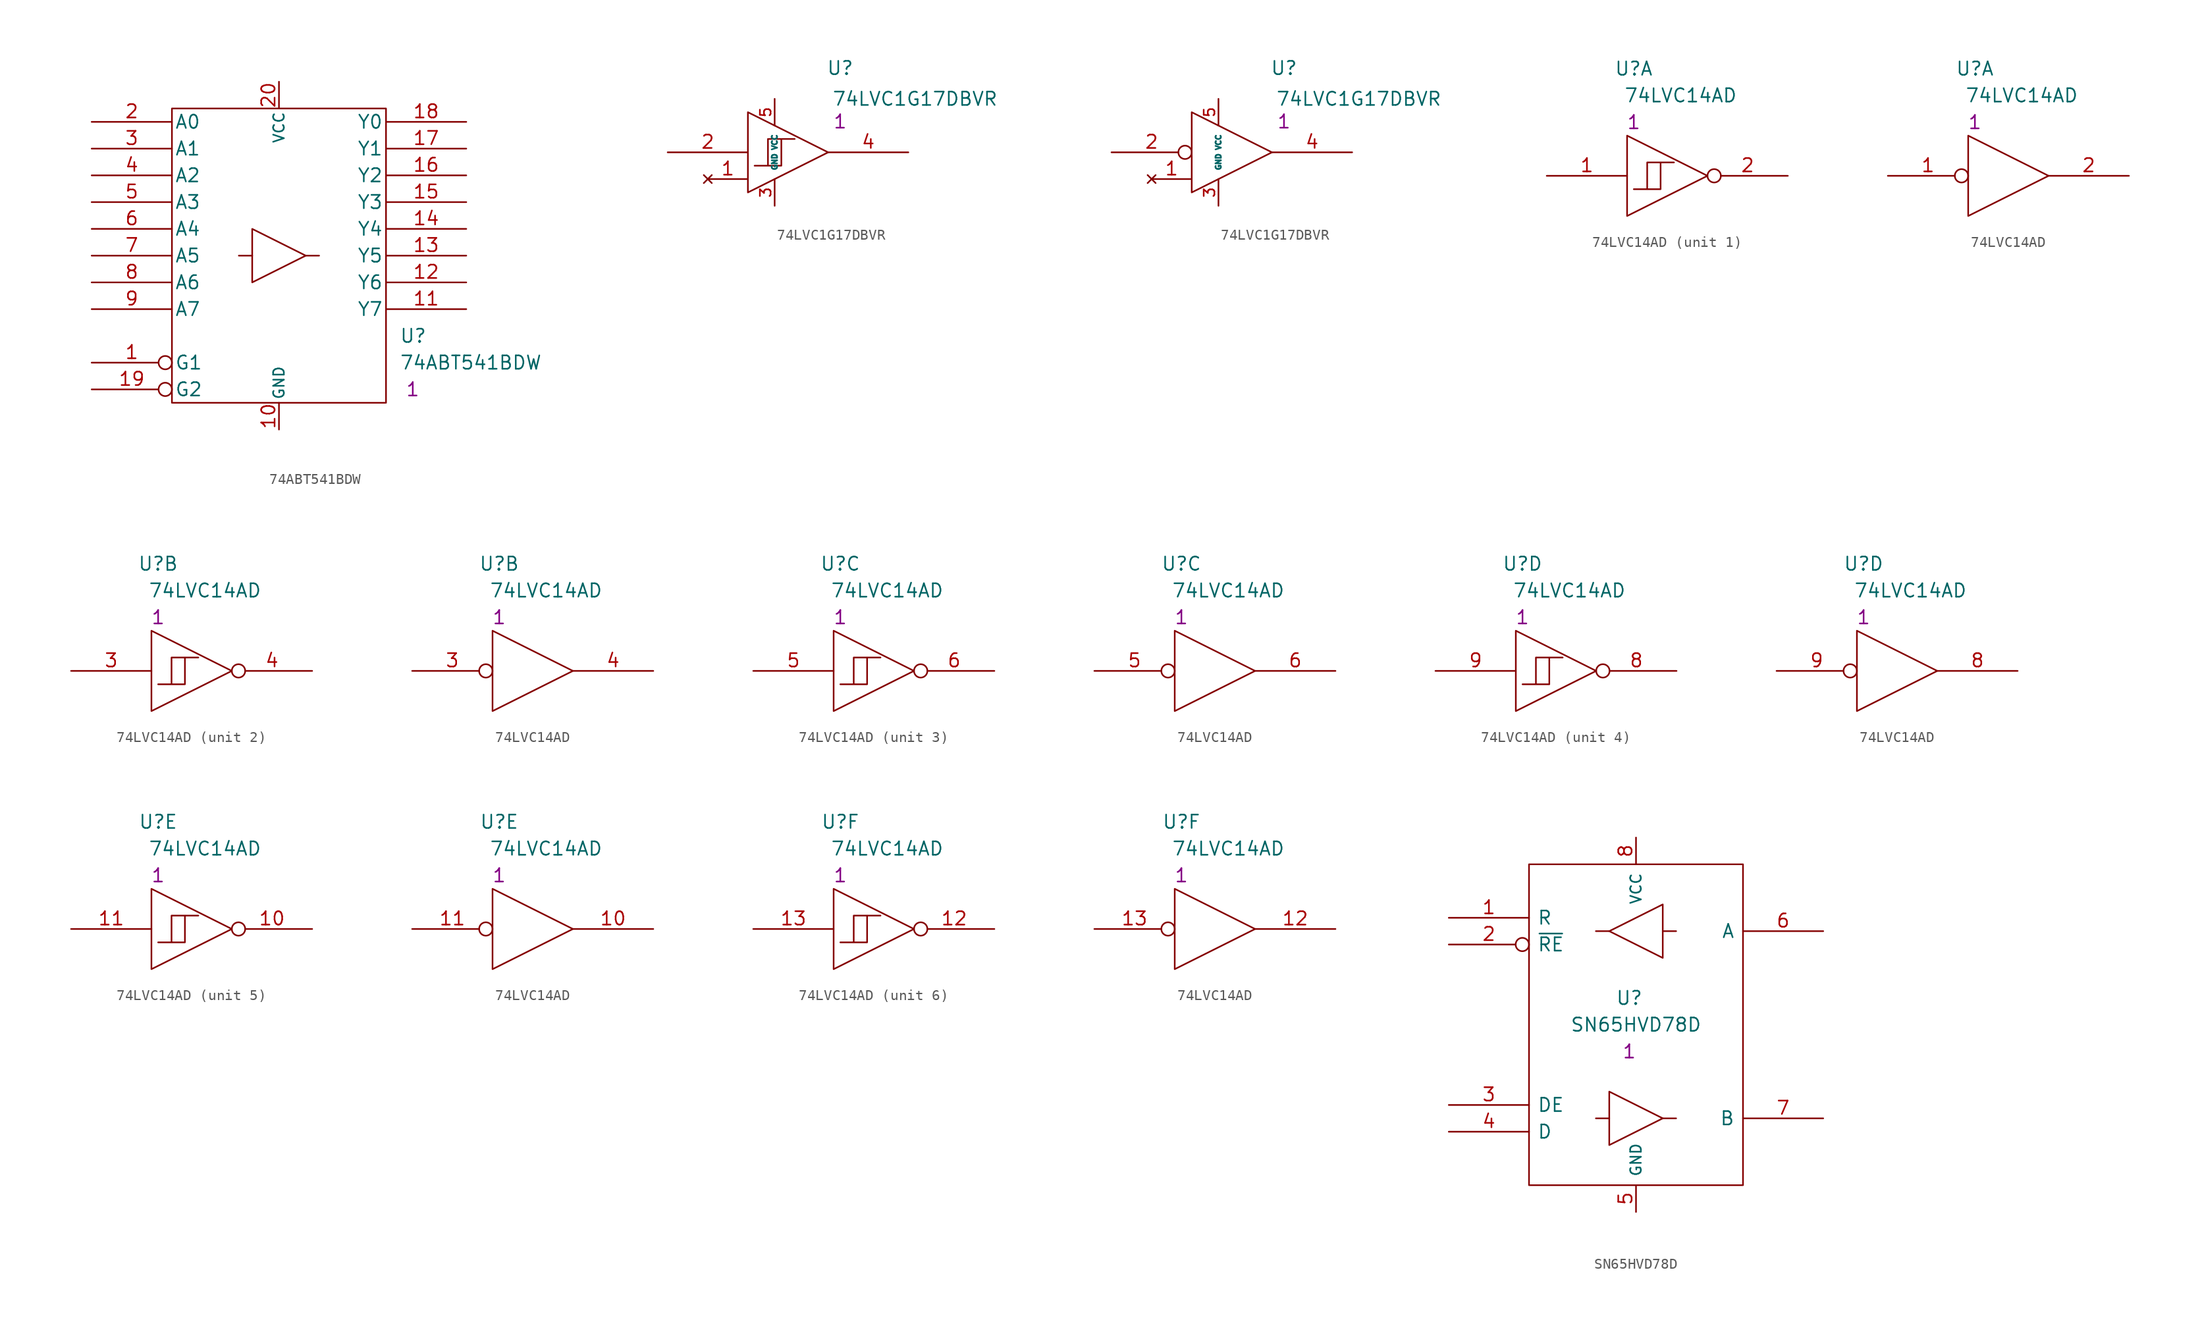
<source format=kicad_sym>
(kicad_symbol_lib
  (version 20211014)
  (generator kicad_symbol_editor)
  (symbol "74ABT541BDW"
    (pin_names
      (offset 0.254))
    (property "Reference" "U"
      (at 29.21 -20.32 0)
      (effects (font (size 1.27 1.27)) (justify left)))
    (property "Value" "74ABT541BDW"
      (at 29.21 -22.86 0)
      (effects (font (size 1.27 1.27)) (justify left)))
    (property "Datasheet" ""
      (at 0 0 0)
      (effects (font (size 1.27 1.27))))
    (property "Qty" "1"
      (at 30.48 -25.4 0)
      (effects (font (size 1.27 1.27))))
    (property "Height" ""
      (at 0 0 0)
      (effects (font (size 1.27 1.27))))
    (symbol "74ABT541BDW_0_0"
      (pin power_in line (at 17.78 -29.21 90) (length 2.54) (name "GND" (effects (font (size 1.016 1.016)))) (number "10" (effects (font (size 1.27 1.27)))))
      (pin power_in line (at 17.78 3.81 270) (length 2.54) (name "VCC" (effects (font (size 1.016 1.016)))) (number "20" (effects (font (size 1.27 1.27))))))
    (symbol "74ABT541BDW_0_1"
      (polyline (pts (xy 15.24 -12.7) (xy 13.97 -12.7)) (stroke (width 0) (type default) (color 0 0 0 0)) (fill (type none)))
      (polyline (pts (xy 20.32 -12.7) (xy 21.59 -12.7)) (stroke (width 0) (type default) (color 0 0 0 0)) (fill (type none)))
      (polyline (pts (xy 15.24 -10.16) (xy 15.24 -15.24) (xy 20.32 -12.7) (xy 15.24 -10.16)) (stroke (width 0) (type default) (color 0 0 0 0)) (fill (type none)))
      (rectangle (start 7.62 1.27) (end 27.94 -26.67) (stroke (width 0) (type default) (color 0 0 0 0)) (fill (type none))))
    (symbol "74ABT541BDW_1_1"
      (pin input inverted (at 0 -22.86 0) (length 7.62) (name "G1" (effects (font (size 1.27 1.27)))) (number "1" (effects (font (size 1.27 1.27)))))
      (pin tri_state line (at 35.56 -17.78 180) (length 7.62) (name "Y7" (effects (font (size 1.27 1.27)))) (number "11" (effects (font (size 1.27 1.27)))))
      (pin tri_state line (at 35.56 -15.24 180) (length 7.62) (name "Y6" (effects (font (size 1.27 1.27)))) (number "12" (effects (font (size 1.27 1.27)))))
      (pin tri_state line (at 35.56 -12.7 180) (length 7.62) (name "Y5" (effects (font (size 1.27 1.27)))) (number "13" (effects (font (size 1.27 1.27)))))
      (pin tri_state line (at 35.56 -10.16 180) (length 7.62) (name "Y4" (effects (font (size 1.27 1.27)))) (number "14" (effects (font (size 1.27 1.27)))))
      (pin tri_state line (at 35.56 -7.62 180) (length 7.62) (name "Y3" (effects (font (size 1.27 1.27)))) (number "15" (effects (font (size 1.27 1.27)))))
      (pin tri_state line (at 35.56 -5.08 180) (length 7.62) (name "Y2" (effects (font (size 1.27 1.27)))) (number "16" (effects (font (size 1.27 1.27)))))
      (pin tri_state line (at 35.56 -2.54 180) (length 7.62) (name "Y1" (effects (font (size 1.27 1.27)))) (number "17" (effects (font (size 1.27 1.27)))))
      (pin tri_state line (at 35.56 0 180) (length 7.62) (name "Y0" (effects (font (size 1.27 1.27)))) (number "18" (effects (font (size 1.27 1.27)))))
      (pin input inverted (at 0 -25.4 0) (length 7.62) (name "G2" (effects (font (size 1.27 1.27)))) (number "19" (effects (font (size 1.27 1.27)))))
      (pin input line (at 0 0 0) (length 7.62) (name "A0" (effects (font (size 1.27 1.27)))) (number "2" (effects (font (size 1.27 1.27)))))
      (pin input line (at 0 -2.54 0) (length 7.62) (name "A1" (effects (font (size 1.27 1.27)))) (number "3" (effects (font (size 1.27 1.27)))))
      (pin input line (at 0 -5.08 0) (length 7.62) (name "A2" (effects (font (size 1.27 1.27)))) (number "4" (effects (font (size 1.27 1.27)))))
      (pin input line (at 0 -7.62 0) (length 7.62) (name "A3" (effects (font (size 1.27 1.27)))) (number "5" (effects (font (size 1.27 1.27)))))
      (pin input line (at 0 -10.16 0) (length 7.62) (name "A4" (effects (font (size 1.27 1.27)))) (number "6" (effects (font (size 1.27 1.27)))))
      (pin input line (at 0 -12.7 0) (length 7.62) (name "A5" (effects (font (size 1.27 1.27)))) (number "7" (effects (font (size 1.27 1.27)))))
      (pin input line (at 0 -15.24 0) (length 7.62) (name "A6" (effects (font (size 1.27 1.27)))) (number "8" (effects (font (size 1.27 1.27)))))
      (pin input line (at 0 -17.78 0) (length 7.62) (name "A7" (effects (font (size 1.27 1.27)))) (number "9" (effects (font (size 1.27 1.27)))))))
  (symbol "74LVC1G17DBVR"
    (pin_names
      (offset 0.762))
    (property "Reference" "U"
      (at 16.383 8.001 0)
      (effects (font (size 1.27 1.27))))
    (property "Value" "74LVC1G17DBVR"
      (at 23.495 5.08 0)
      (effects (font (size 1.27 1.27))))
    (property "Datasheet" ""
      (at 0 0 0)
      (effects (font (size 1.27 1.27))))
    (property "Qty" "1"
      (at 16.383 2.921 0)
      (effects (font (size 1.27 1.27))))
    (property "Height" ""
      (at 0 0 0)
      (effects (font (size 1.27 1.27))))
    (symbol "74LVC1G17DBVR_0_0"
      (polyline (pts (xy 7.62 3.81) (xy 7.62 -3.81) (xy 15.24 0) (xy 7.62 3.81)) (stroke (width 0) (type default) (color 0 0 0 0)) (fill (type none)))
      (pin power_in line (at 10.16 -5.08 90) (length 2.54) (name "GND" (effects (font (size 0.508 0.508)))) (number "3" (effects (font (size 1.016 1.016)))))
      (pin power_in line (at 10.16 5.08 270) (length 2.54) (name "VCC" (effects (font (size 0.508 0.508)))) (number "5" (effects (font (size 1.016 1.016))))))
    (symbol "74LVC1G17DBVR_0_1"
      (polyline (pts (xy 12.065 1.27) (xy 9.525 1.27) (xy 9.525 -1.27) (xy 8.255 -1.27) (xy 10.795 -1.27) (xy 10.795 1.27)) (stroke (width 0) (type default) (color 0 0 0 0)) (fill (type none))))
    (symbol "74LVC1G17DBVR_1_1"
      (pin no_connect line (at 3.81 -2.54 0) (length 3.81) (name "~" (effects (font (size 1.27 1.27)))) (number "1" (effects (font (size 1.27 1.27)))))
      (pin input line (at 0 0 0) (length 7.62) (name "~" (effects (font (size 1.27 1.27)))) (number "2" (effects (font (size 1.27 1.27)))))
      (pin output line (at 22.86 0 180) (length 7.62) (name "~" (effects (font (size 1.27 1.27)))) (number "4" (effects (font (size 1.27 1.27))))))
    (symbol "74LVC1G17DBVR_1_2"
      (pin no_connect line (at 3.81 -2.54 0) (length 3.81) (name "~" (effects (font (size 1.27 1.27)))) (number "1" (effects (font (size 1.27 1.27)))))
      (pin input inverted (at 0 0 0) (length 7.62) (name "~" (effects (font (size 1.27 1.27)))) (number "2" (effects (font (size 1.27 1.27)))))
      (pin output line (at 22.86 0 180) (length 7.62) (name "~" (effects (font (size 1.27 1.27)))) (number "4" (effects (font (size 1.27 1.27)))))))
  (symbol "74LVC14AD"
    (pin_names
      (offset 0.762))
    (property "Reference" "U"
      (at 8.255 10.16 0)
      (effects (font (size 1.27 1.27))))
    (property "Value" "74LVC14AD"
      (at 12.7 7.62 0)
      (effects (font (size 1.27 1.27))))
    (property "Datasheet" ""
      (at 0 0 0)
      (effects (font (size 1.27 1.27))))
    (property "Qty" "1"
      (at 8.255 5.08 0)
      (effects (font (size 1.27 1.27))))
    (property "Height" ""
      (at 0 0 0)
      (effects (font (size 1.27 1.27))))
    (symbol "74LVC14AD_0_0"
      (polyline (pts (xy 7.62 3.81) (xy 7.62 -3.81) (xy 15.24 0) (xy 7.62 3.81)) (stroke (width 0) (type default) (color 0 0 0 0)) (fill (type none)))
      (pin power_in line (at 10.16 2.54 270) (length 0) hide (name "VCC" (effects (font (size 0.508 0.508)))) (number "14" (effects (font (size 0.762 0.762)))))
      (pin power_in line (at 10.16 -2.54 90) (length 0) hide (name "GND" (effects (font (size 0.508 0.508)))) (number "7" (effects (font (size 0.762 0.762))))))
    (symbol "74LVC14AD_0_1"
      (polyline (pts (xy 8.255 -1.27) (xy 10.795 -1.27) (xy 9.525 -1.27) (xy 9.525 1.27) (xy 10.795 1.27) (xy 10.795 -1.27) (xy 10.795 1.27) (xy 12.065 1.27)) (stroke (width 0) (type default) (color 0 0 0 0)) (fill (type none))))
    (symbol "74LVC14AD_1_1"
      (pin input line (at 0 0 0) (length 7.62) (name "~" (effects (font (size 1.27 1.27)))) (number "1" (effects (font (size 1.27 1.27)))))
      (pin output inverted (at 22.86 0 180) (length 7.62) (name "~" (effects (font (size 1.27 1.27)))) (number "2" (effects (font (size 1.27 1.27))))))
    (symbol "74LVC14AD_1_2"
      (pin input inverted (at 0 0 0) (length 7.62) (name "~" (effects (font (size 1.27 1.27)))) (number "1" (effects (font (size 1.27 1.27)))))
      (pin output line (at 22.86 0 180) (length 7.62) (name "~" (effects (font (size 1.27 1.27)))) (number "2" (effects (font (size 1.27 1.27))))))
    (symbol "74LVC14AD_2_1"
      (pin input line (at 0 0 0) (length 7.62) (name "~" (effects (font (size 1.27 1.27)))) (number "3" (effects (font (size 1.27 1.27)))))
      (pin output inverted (at 22.86 0 180) (length 7.62) (name "~" (effects (font (size 1.27 1.27)))) (number "4" (effects (font (size 1.27 1.27))))))
    (symbol "74LVC14AD_2_2"
      (pin input inverted (at 0 0 0) (length 7.62) (name "~" (effects (font (size 1.27 1.27)))) (number "3" (effects (font (size 1.27 1.27)))))
      (pin output line (at 22.86 0 180) (length 7.62) (name "~" (effects (font (size 1.27 1.27)))) (number "4" (effects (font (size 1.27 1.27))))))
    (symbol "74LVC14AD_3_1"
      (pin input line (at 0 0 0) (length 7.62) (name "~" (effects (font (size 1.27 1.27)))) (number "5" (effects (font (size 1.27 1.27)))))
      (pin output inverted (at 22.86 0 180) (length 7.62) (name "~" (effects (font (size 1.27 1.27)))) (number "6" (effects (font (size 1.27 1.27))))))
    (symbol "74LVC14AD_3_2"
      (pin input inverted (at 0 0 0) (length 7.62) (name "~" (effects (font (size 1.27 1.27)))) (number "5" (effects (font (size 1.27 1.27)))))
      (pin output line (at 22.86 0 180) (length 7.62) (name "~" (effects (font (size 1.27 1.27)))) (number "6" (effects (font (size 1.27 1.27))))))
    (symbol "74LVC14AD_4_1"
      (pin output inverted (at 22.86 0 180) (length 7.62) (name "~" (effects (font (size 1.27 1.27)))) (number "8" (effects (font (size 1.27 1.27)))))
      (pin input line (at 0 0 0) (length 7.62) (name "~" (effects (font (size 1.27 1.27)))) (number "9" (effects (font (size 1.27 1.27))))))
    (symbol "74LVC14AD_4_2"
      (pin output line (at 22.86 0 180) (length 7.62) (name "~" (effects (font (size 1.27 1.27)))) (number "8" (effects (font (size 1.27 1.27)))))
      (pin input inverted (at 0 0 0) (length 7.62) (name "~" (effects (font (size 1.27 1.27)))) (number "9" (effects (font (size 1.27 1.27))))))
    (symbol "74LVC14AD_5_1"
      (pin output inverted (at 22.86 0 180) (length 7.62) (name "~" (effects (font (size 1.27 1.27)))) (number "10" (effects (font (size 1.27 1.27)))))
      (pin input line (at 0 0 0) (length 7.62) (name "~" (effects (font (size 1.27 1.27)))) (number "11" (effects (font (size 1.27 1.27))))))
    (symbol "74LVC14AD_5_2"
      (pin output line (at 22.86 0 180) (length 7.62) (name "~" (effects (font (size 1.27 1.27)))) (number "10" (effects (font (size 1.27 1.27)))))
      (pin input inverted (at 0 0 0) (length 7.62) (name "~" (effects (font (size 1.27 1.27)))) (number "11" (effects (font (size 1.27 1.27))))))
    (symbol "74LVC14AD_6_1"
      (pin output inverted (at 22.86 0 180) (length 7.62) (name "~" (effects (font (size 1.27 1.27)))) (number "12" (effects (font (size 1.27 1.27)))))
      (pin input line (at 0 0 0) (length 7.62) (name "~" (effects (font (size 1.27 1.27)))) (number "13" (effects (font (size 1.27 1.27))))))
    (symbol "74LVC14AD_6_2"
      (pin output line (at 22.86 0 180) (length 7.62) (name "~" (effects (font (size 1.27 1.27)))) (number "12" (effects (font (size 1.27 1.27)))))
      (pin input inverted (at 0 0 0) (length 7.62) (name "~" (effects (font (size 1.27 1.27)))) (number "13" (effects (font (size 1.27 1.27)))))))
  (symbol "SN65HVD78D"
    (pin_names
      (offset 0.762))
    (property "Reference" "U"
      (at 17.145 -10.16 0)
      (effects (font (size 1.27 1.27))))
    (property "Value" "SN65HVD78D"
      (at 17.78 -12.7 0)
      (effects (font (size 1.27 1.27))))
    (property "Datasheet" ""
      (at 0 -5.08 0)
      (effects (font (size 1.27 1.27))))
    (property "Qty" "1"
      (at 17.145 -15.24 0)
      (effects (font (size 1.27 1.27))))
    (property "Height" ""
      (at 0 0 0)
      (effects (font (size 1.27 1.27))))
    (symbol "SN65HVD78D_0_0"
      (pin power_in line (at 17.78 -30.48 90) (length 2.54) (name "GND" (effects (font (size 1.016 1.016)))) (number "5" (effects (font (size 1.27 1.27)))))
      (pin power_in line (at 17.78 5.08 270) (length 2.54) (name "VCC" (effects (font (size 1.016 1.016)))) (number "8" (effects (font (size 1.27 1.27))))))
    (symbol "SN65HVD78D_0_1"
      (polyline (pts (xy 15.24 -21.59) (xy 13.97 -21.59)) (stroke (width 0) (type default) (color 0 0 0 0)) (fill (type none)))
      (polyline (pts (xy 15.24 -3.81) (xy 13.97 -3.81)) (stroke (width 0) (type default) (color 0 0 0 0)) (fill (type none)))
      (polyline (pts (xy 20.32 -21.59) (xy 21.59 -21.59)) (stroke (width 0) (type default) (color 0 0 0 0)) (fill (type none)))
      (polyline (pts (xy 20.32 -3.81) (xy 21.59 -3.81)) (stroke (width 0) (type default) (color 0 0 0 0)) (fill (type none)))
      (polyline (pts (xy 15.24 -19.05) (xy 15.24 -24.13) (xy 20.32 -21.59) (xy 15.24 -19.05)) (stroke (width 0) (type default) (color 0 0 0 0)) (fill (type none)))
      (polyline (pts (xy 20.32 -1.27) (xy 20.32 -6.35) (xy 15.24 -3.81) (xy 20.32 -1.27)) (stroke (width 0) (type default) (color 0 0 0 0)) (fill (type none)))
      (rectangle (start 7.62 2.54) (end 27.94 -27.94) (stroke (width 0) (type default) (color 0 0 0 0)) (fill (type none))))
    (symbol "SN65HVD78D_1_1"
      (pin output line (at 0 -2.54 0) (length 7.62) (name "R" (effects (font (size 1.27 1.27)))) (number "1" (effects (font (size 1.27 1.27)))))
      (pin input inverted (at 0 -5.08 0) (length 7.62) (name "~{RE}" (effects (font (size 1.27 1.27)))) (number "2" (effects (font (size 1.27 1.27)))))
      (pin input line (at 0 -20.32 0) (length 7.62) (name "DE" (effects (font (size 1.27 1.27)))) (number "3" (effects (font (size 1.27 1.27)))))
      (pin input line (at 0 -22.86 0) (length 7.62) (name "D" (effects (font (size 1.27 1.27)))) (number "4" (effects (font (size 1.27 1.27)))))
      (pin bidirectional line (at 35.56 -3.81 180) (length 7.62) (name "A" (effects (font (size 1.27 1.27)))) (number "6" (effects (font (size 1.27 1.27)))))
      (pin bidirectional line (at 35.56 -21.59 180) (length 7.62) (name "B" (effects (font (size 1.27 1.27)))) (number "7" (effects (font (size 1.27 1.27))))))))
</source>
